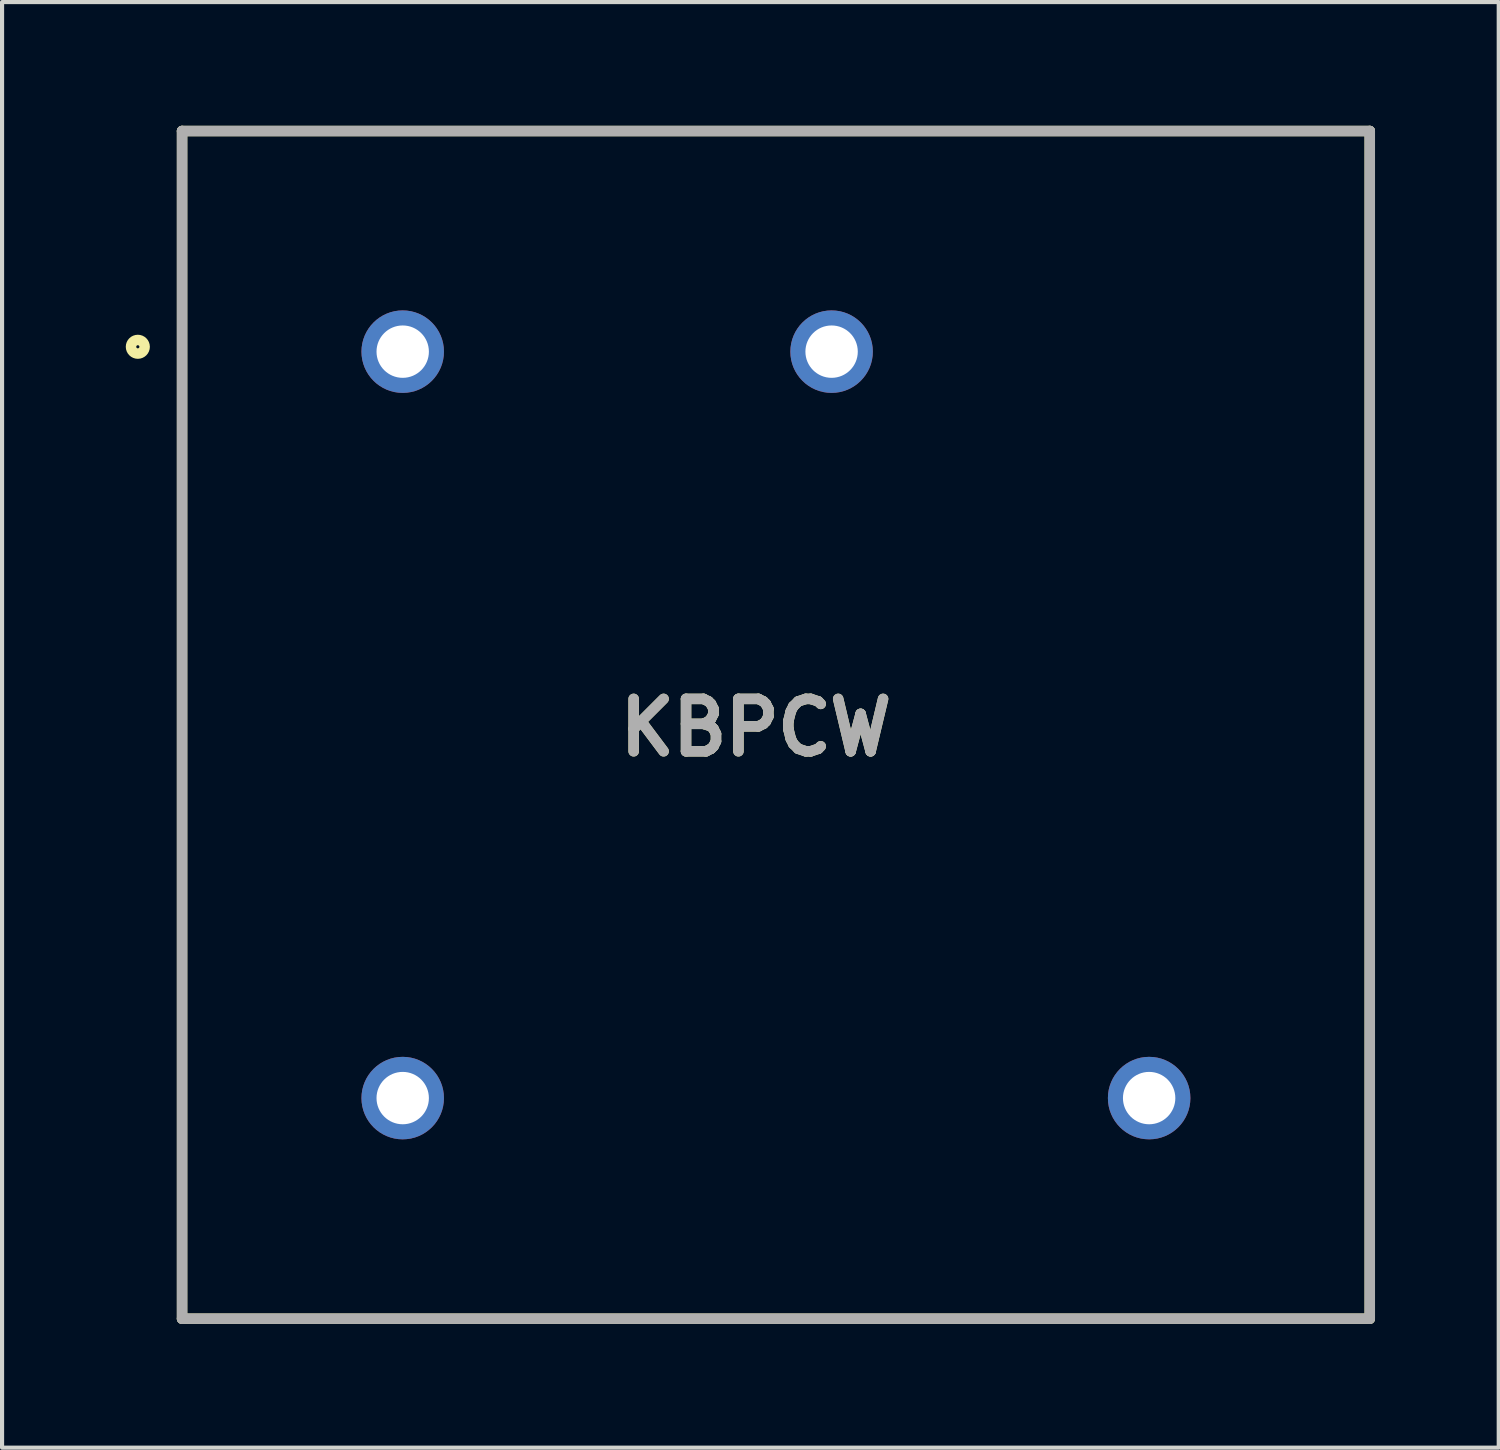
<source format=kicad_pcb>
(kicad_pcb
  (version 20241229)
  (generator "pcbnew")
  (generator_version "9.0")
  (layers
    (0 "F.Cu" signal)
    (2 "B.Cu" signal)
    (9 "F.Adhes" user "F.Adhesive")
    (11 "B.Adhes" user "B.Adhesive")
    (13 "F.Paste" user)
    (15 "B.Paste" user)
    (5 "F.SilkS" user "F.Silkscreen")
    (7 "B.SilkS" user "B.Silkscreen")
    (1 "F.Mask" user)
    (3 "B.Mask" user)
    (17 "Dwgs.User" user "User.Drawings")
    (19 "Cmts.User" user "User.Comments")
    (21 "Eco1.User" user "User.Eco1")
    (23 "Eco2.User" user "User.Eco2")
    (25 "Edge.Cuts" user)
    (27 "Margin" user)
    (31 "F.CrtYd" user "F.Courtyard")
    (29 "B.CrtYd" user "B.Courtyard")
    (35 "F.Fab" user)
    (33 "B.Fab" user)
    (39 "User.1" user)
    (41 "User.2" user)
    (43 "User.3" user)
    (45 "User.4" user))
  (footprint "KBPCW"
    (layer "F.Cu")
    (at 15.765 14.527)
    (property "Reference" "KBPCW" (at -0.486 0.066 0) (layer "F.SilkS") (effects (font (size 1.27 1.27) (thickness 0.254))))
    (attr through_hole)
    (fp_line (start -14.4 -14.4) (end -14.4 14.4) (stroke (width 0.254) (type solid)) (layer "F.SilkS"))
    (fp_line (start -14.4 14.4) (end 14.4 14.4) (stroke (width 0.254) (type solid)) (layer "F.SilkS"))
    (fp_line (start 14.4 -14.4) (end -14.4 -14.4) (stroke (width 0.254) (type solid)) (layer "F.SilkS"))
    (fp_line (start 14.4 14.4) (end 14.4 -14.4) (stroke (width 0.254) (type solid)) (layer "F.SilkS"))
    (fp_circle (center -15.473 -9.168) (end -15.473 -9.003) (stroke (width 0.254) (type solid)) (fill no) (layer "F.SilkS"))
    (fp_line (start -14.4 -14.4) (end 14.4 -14.4) (stroke (width 0.254) (type solid)) (layer "F.Fab"))
    (fp_line (start -14.4 14.4) (end -14.4 -14.4) (stroke (width 0.254) (type solid)) (layer "F.Fab"))
    (fp_line (start 14.4 -14.4) (end 14.4 14.4) (stroke (width 0.254) (type solid)) (layer "F.Fab"))
    (fp_line (start 14.4 14.4) (end -14.4 14.4) (stroke (width 0.254) (type solid)) (layer "F.Fab"))
    (fp_text user "${REFERENCE}" (at -0.486 0.066 0) (layer "F.Fab") (effects (font (size 1.27 1.27) (thickness 0.254))))
    (pad "1" thru_hole circle (at -9.05 -9.05) (size 2 2) (drill 1.27) (layers "*.Cu" "*.Mask"))
    (pad "2" thru_hole circle (at -9.05 9.05) (size 2 2) (drill 1.27) (layers "*.Cu" "*.Mask"))
    (pad "3" thru_hole circle (at 9.05 9.05) (size 2 2) (drill 1.27) (layers "*.Cu" "*.Mask"))
    (pad "4" thru_hole circle (at 1.35 -9.05) (size 2 2) (drill 1.27) (layers "*.Cu" "*.Mask")))
  (gr_rect
    (start -3 -3)
    (end 33.292 32.054)
    (stroke (width 0.1) (type default))
    (fill no)
    (layer "Edge.Cuts")))
</source>
